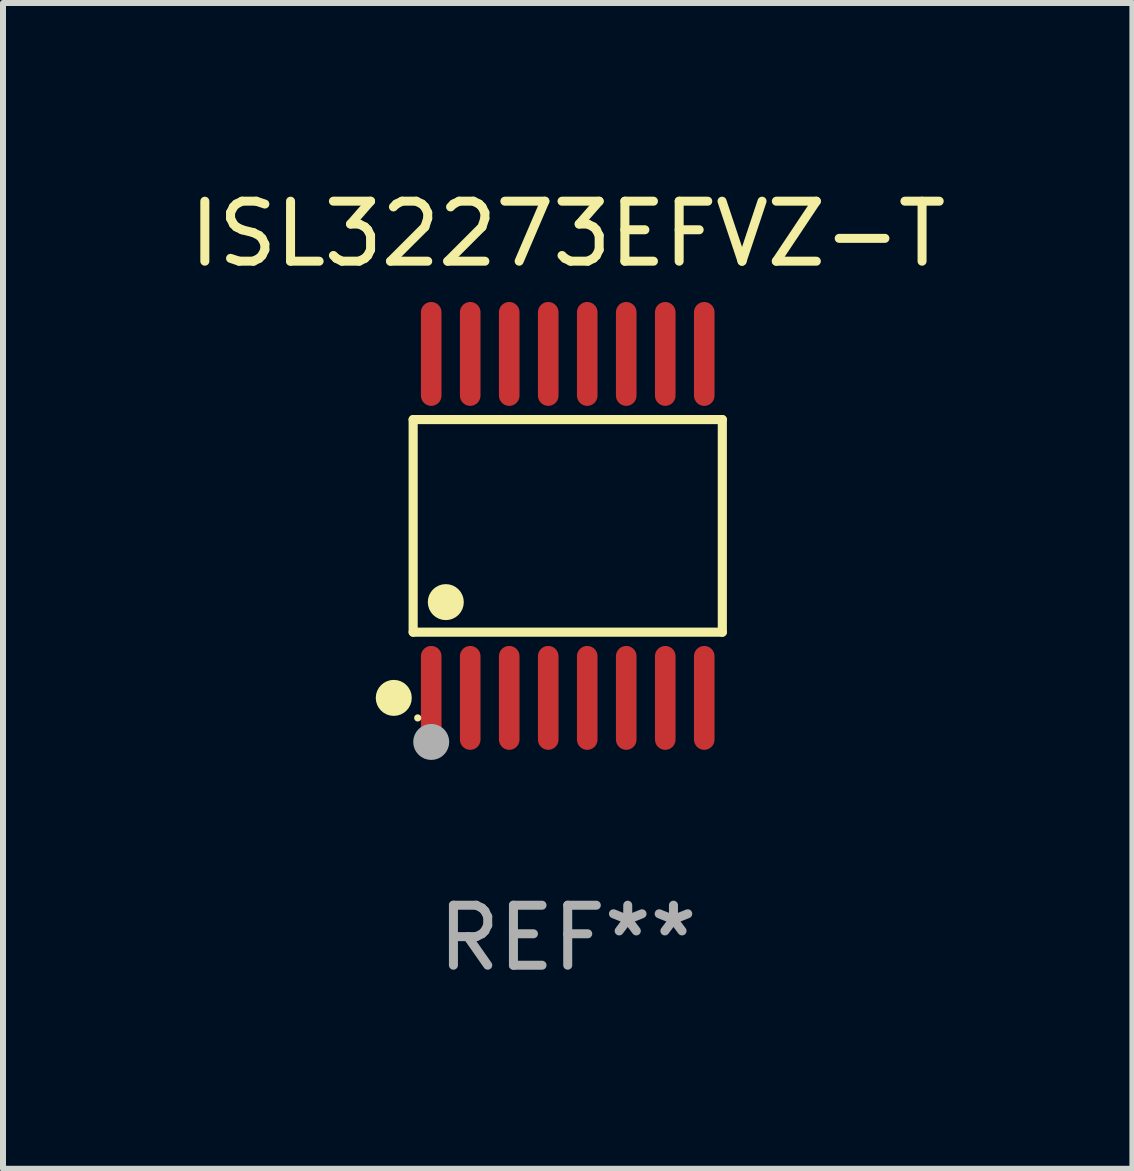
<source format=kicad_pcb>
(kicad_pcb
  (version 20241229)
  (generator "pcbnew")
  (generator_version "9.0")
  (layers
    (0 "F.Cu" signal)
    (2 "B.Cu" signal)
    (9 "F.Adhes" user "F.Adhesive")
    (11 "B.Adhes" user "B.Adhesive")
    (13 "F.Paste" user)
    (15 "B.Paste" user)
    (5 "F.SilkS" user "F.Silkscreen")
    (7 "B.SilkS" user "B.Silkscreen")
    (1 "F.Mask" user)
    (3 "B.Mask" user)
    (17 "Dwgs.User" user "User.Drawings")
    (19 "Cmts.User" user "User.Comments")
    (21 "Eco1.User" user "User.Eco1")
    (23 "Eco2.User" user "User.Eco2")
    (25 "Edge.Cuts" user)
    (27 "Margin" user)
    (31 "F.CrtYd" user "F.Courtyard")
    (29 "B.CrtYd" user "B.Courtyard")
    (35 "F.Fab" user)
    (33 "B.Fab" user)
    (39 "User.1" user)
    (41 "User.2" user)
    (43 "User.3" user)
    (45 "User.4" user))
  (footprint "ISL32273EFVZ-T"
    (layer "F.Cu")
    (at 6.411 5.714)
    (property "Reference" "ISL32273EFVZ-T" (at 0 -4.866 0) (layer "F.SilkS") (effects (font (size 1 1) (thickness 0.15))))
    (attr through_hole)
    (fp_line (start -2.576 -1.772) (end 2.576 -1.772) (stroke (width 0.152) (type solid)) (layer "F.SilkS"))
    (fp_line (start -2.576 1.771) (end -2.576 -1.772) (stroke (width 0.152) (type solid)) (layer "F.SilkS"))
    (fp_line (start 2.576 -1.772) (end 2.576 1.771) (stroke (width 0.152) (type solid)) (layer "F.SilkS"))
    (fp_line (start 2.576 1.771) (end -2.576 1.771) (stroke (width 0.152) (type solid)) (layer "F.SilkS"))
    (fp_circle (center -2.899 2.866) (end -2.749 2.866) (stroke (width 0.3) (type solid)) (fill no) (layer "F.SilkS"))
    (fp_circle (center -2.5 3.2) (end -2.47 3.2) (stroke (width 0.06) (type solid)) (fill no) (layer "F.SilkS"))
    (fp_circle (center -2.032 1.27) (end -1.882 1.27) (stroke (width 0.3) (type solid)) (fill no) (layer "F.SilkS"))
    (fp_circle (center -2.275 3.6) (end -2.125 3.6) (stroke (width 0.3) (type solid)) (fill no) (layer "F.Fab"))
    (fp_text user "REF**" (at 0 6.866 0) (layer "F.Fab") (effects (font (size 1 1) (thickness 0.15))))
    (pad "1" smd oval (at -2.275 2.866) (size 0.343 1.731) (layers "F.Cu" "F.Mask" "F.Paste"))
    (pad "2" smd oval (at -1.625 2.866) (size 0.343 1.731) (layers "F.Cu" "F.Mask" "F.Paste"))
    (pad "3" smd oval (at -0.975 2.866) (size 0.343 1.731) (layers "F.Cu" "F.Mask" "F.Paste"))
    (pad "4" smd oval (at -0.325 2.866) (size 0.343 1.731) (layers "F.Cu" "F.Mask" "F.Paste"))
    (pad "5" smd oval (at 0.325 2.866) (size 0.343 1.731) (layers "F.Cu" "F.Mask" "F.Paste"))
    (pad "6" smd oval (at 0.975 2.866) (size 0.343 1.731) (layers "F.Cu" "F.Mask" "F.Paste"))
    (pad "7" smd oval (at 1.625 2.866) (size 0.343 1.731) (layers "F.Cu" "F.Mask" "F.Paste"))
    (pad "8" smd oval (at 2.275 2.866) (size 0.343 1.731) (layers "F.Cu" "F.Mask" "F.Paste"))
    (pad "9" smd oval (at 2.275 -2.866) (size 0.343 1.731) (layers "F.Cu" "F.Mask" "F.Paste"))
    (pad "10" smd oval (at 1.625 -2.866) (size 0.343 1.731) (layers "F.Cu" "F.Mask" "F.Paste"))
    (pad "11" smd oval (at 0.975 -2.866) (size 0.343 1.731) (layers "F.Cu" "F.Mask" "F.Paste"))
    (pad "12" smd oval (at 0.325 -2.866) (size 0.343 1.731) (layers "F.Cu" "F.Mask" "F.Paste"))
    (pad "13" smd oval (at -0.325 -2.866) (size 0.343 1.731) (layers "F.Cu" "F.Mask" "F.Paste"))
    (pad "14" smd oval (at -0.975 -2.866) (size 0.343 1.731) (layers "F.Cu" "F.Mask" "F.Paste"))
    (pad "15" smd oval (at -1.625 -2.866) (size 0.343 1.731) (layers "F.Cu" "F.Mask" "F.Paste"))
    (pad "16" smd oval (at -2.275 -2.866) (size 0.343 1.731) (layers "F.Cu" "F.Mask" "F.Paste")))
  (gr_rect
    (start -3 -3)
    (end 15.821 16.428)
    (stroke (width 0.1) (type default))
    (fill no)
    (layer "Edge.Cuts")))
</source>
